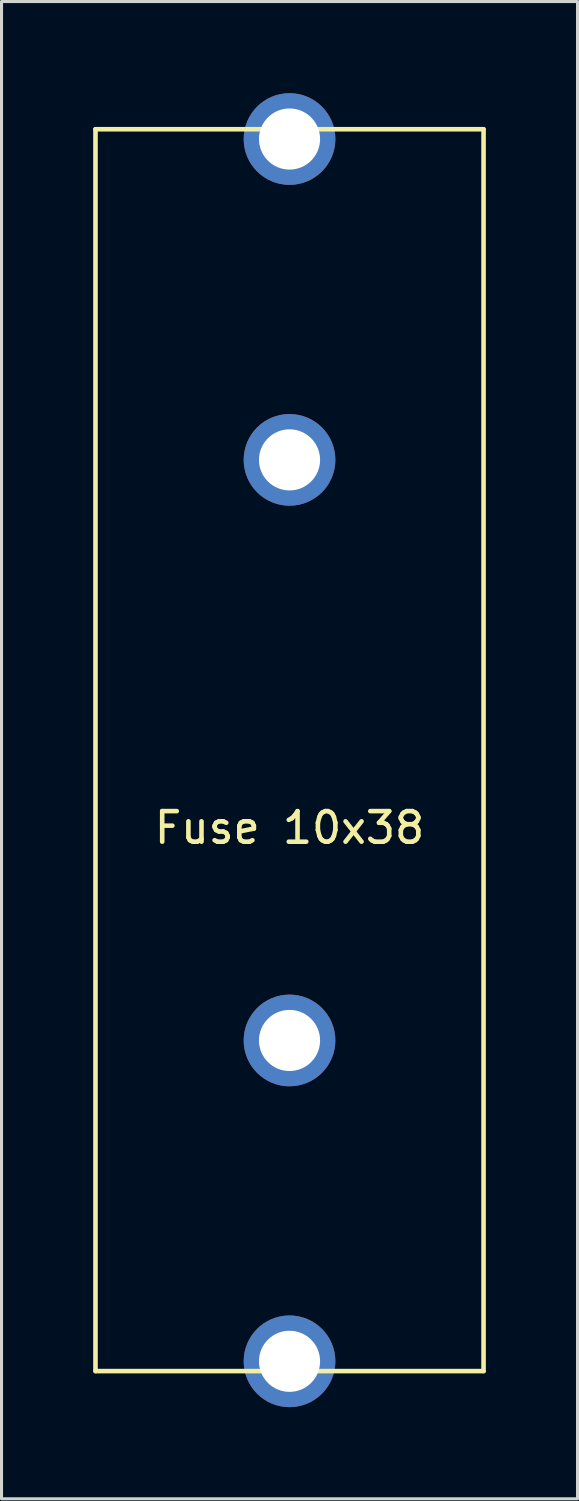
<source format=kicad_pcb>
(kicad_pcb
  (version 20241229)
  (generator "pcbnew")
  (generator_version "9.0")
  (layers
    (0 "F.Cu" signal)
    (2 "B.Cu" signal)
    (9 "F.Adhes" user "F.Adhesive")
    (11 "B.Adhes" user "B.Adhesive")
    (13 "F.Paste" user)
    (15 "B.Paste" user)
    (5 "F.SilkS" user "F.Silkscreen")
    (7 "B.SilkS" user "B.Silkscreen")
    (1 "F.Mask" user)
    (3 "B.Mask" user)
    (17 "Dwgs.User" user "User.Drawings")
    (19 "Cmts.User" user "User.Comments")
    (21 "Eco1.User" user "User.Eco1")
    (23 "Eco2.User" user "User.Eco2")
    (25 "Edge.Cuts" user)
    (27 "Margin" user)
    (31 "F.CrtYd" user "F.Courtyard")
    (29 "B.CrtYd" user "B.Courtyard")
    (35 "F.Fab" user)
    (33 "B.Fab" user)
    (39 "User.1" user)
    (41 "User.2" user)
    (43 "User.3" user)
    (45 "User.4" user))
  (footprint "Fuse 10x38"
    (layer "F.Cu")
    (at 6.425 21.5)
    (property "Reference" "Fuse 10x38" (at 0 2.54 0) (layer "F.SilkS") (effects (font (size 1 1) (thickness 0.15))))
    (attr through_hole)
    (fp_line (start -6.35 -20.32) (end 6.35 -20.32) (stroke (width 0.15) (type solid)) (layer "F.SilkS"))
    (fp_line (start -6.35 20.32) (end -6.35 -20.32) (stroke (width 0.15) (type solid)) (layer "F.SilkS"))
    (fp_line (start 6.35 -20.32) (end 6.35 20.32) (stroke (width 0.15) (type solid)) (layer "F.SilkS"))
    (fp_line (start 6.35 20.32) (end -6.35 20.32) (stroke (width 0.15) (type solid)) (layer "F.SilkS"))
    (pad "1" thru_hole circle (at 0 -20) (size 3 3) (drill 2) (layers "*.Cu" "*.Mask"))
    (pad "1" thru_hole circle (at 0 -9.5) (size 3 3) (drill 2) (layers "*.Cu" "*.Mask"))
    (pad "2" thru_hole circle (at 0 9.5) (size 3 3) (drill 2) (layers "*.Cu" "*.Mask"))
    (pad "2" thru_hole circle (at 0 20) (size 3 3) (drill 2) (layers "*.Cu" "*.Mask")))
  (gr_rect
    (start -3 -3)
    (end 15.85 46)
    (stroke (width 0.1) (type default))
    (fill no)
    (layer "Edge.Cuts")))
</source>
